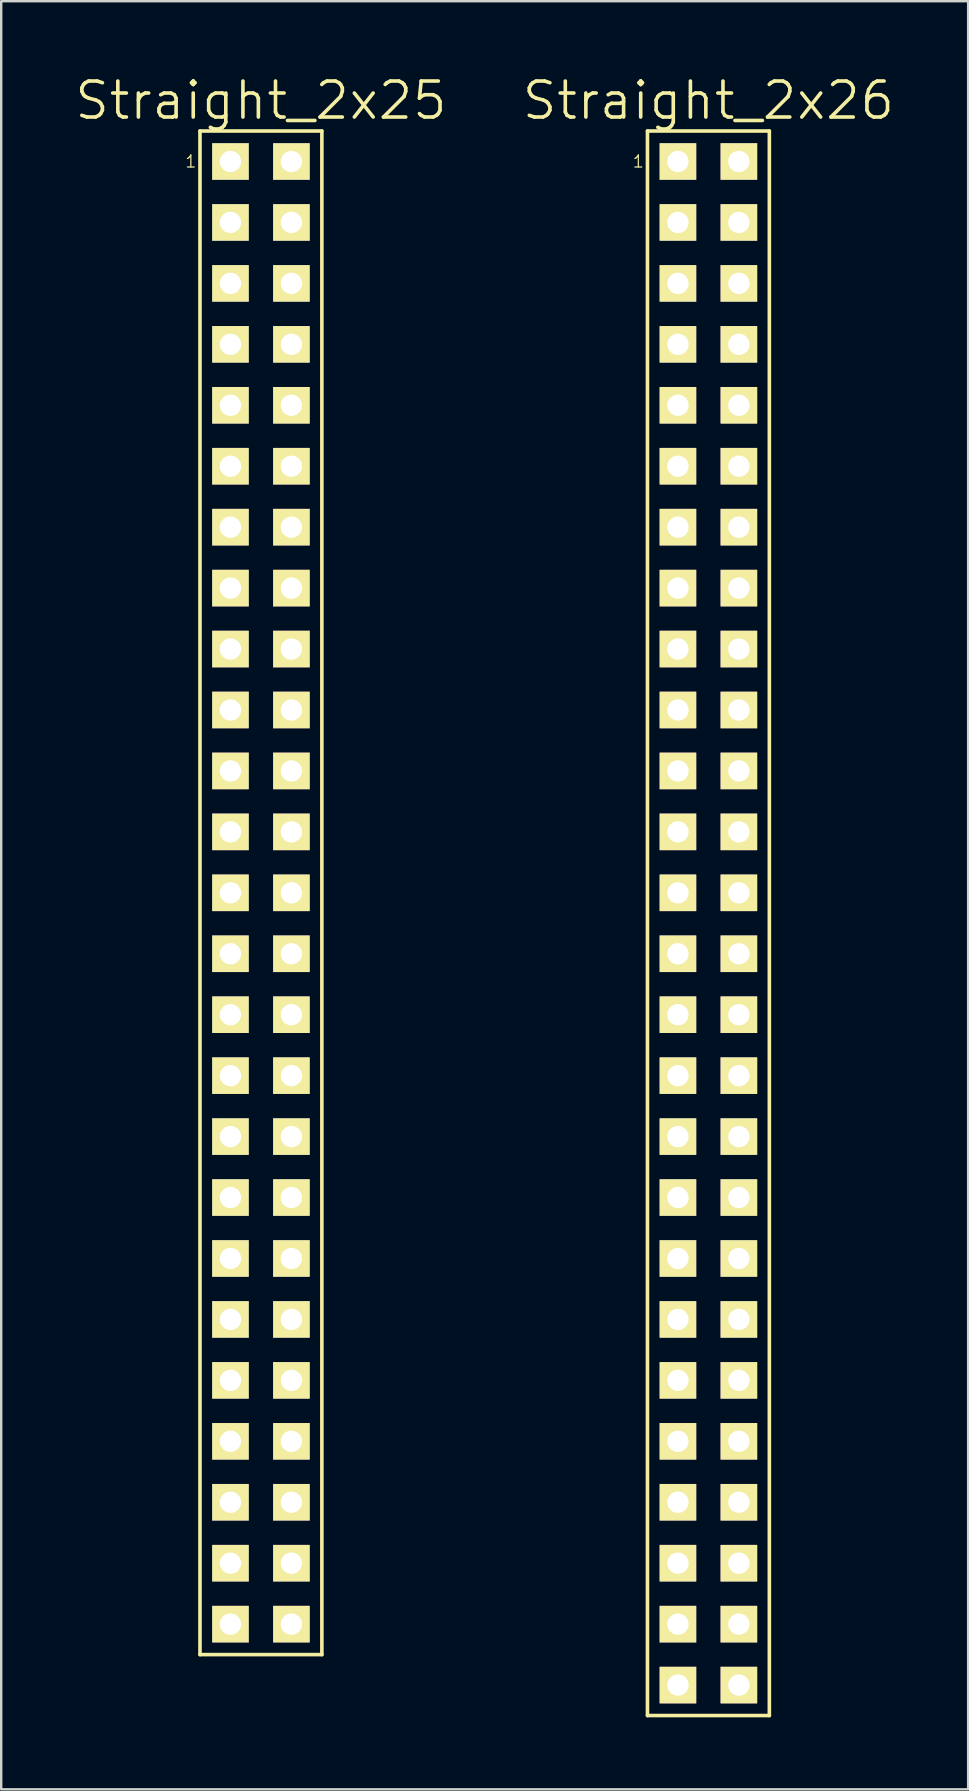
<source format=kicad_pcb>
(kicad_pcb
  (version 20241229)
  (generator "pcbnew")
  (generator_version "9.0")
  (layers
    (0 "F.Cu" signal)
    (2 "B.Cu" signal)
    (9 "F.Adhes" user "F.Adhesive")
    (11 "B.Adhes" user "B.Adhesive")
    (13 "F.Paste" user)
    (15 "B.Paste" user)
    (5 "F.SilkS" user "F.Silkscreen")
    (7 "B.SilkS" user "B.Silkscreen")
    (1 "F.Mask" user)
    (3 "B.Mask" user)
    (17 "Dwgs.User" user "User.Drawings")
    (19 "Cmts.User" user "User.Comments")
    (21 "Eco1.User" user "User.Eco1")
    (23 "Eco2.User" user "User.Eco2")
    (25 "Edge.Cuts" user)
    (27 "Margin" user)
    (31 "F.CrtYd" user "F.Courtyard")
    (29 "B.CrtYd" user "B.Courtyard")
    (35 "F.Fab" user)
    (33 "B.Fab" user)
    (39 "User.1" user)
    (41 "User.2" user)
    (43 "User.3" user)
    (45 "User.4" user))
  (footprint "Straight_2x25"
    (layer "F.Cu")
    (at 7.825 34.161)
    (property "Reference" "Straight_2x25" (at 0 -33.02 0) (layer "F.SilkS") (effects (font (size 1.5 1.5) (thickness 0.15))))
    (attr through_hole)
    (fp_line (start -2.54 -31.75) (end 2.54 -31.75) (stroke (width 0.15) (type solid)) (layer "F.SilkS"))
    (fp_line (start -2.54 31.75) (end -2.54 -31.75) (stroke (width 0.15) (type solid)) (layer "F.SilkS"))
    (fp_line (start 2.54 -31.75) (end 2.54 31.75) (stroke (width 0.15) (type solid)) (layer "F.SilkS"))
    (fp_line (start 2.54 31.75) (end -2.54 31.75) (stroke (width 0.15) (type solid)) (layer "F.SilkS"))
    (fp_text user "1" (at -2.921 -30.48 0) (layer "F.SilkS") (effects (font (size 0.5 0.5) (thickness 0.05))))
    (pad "1" thru_hole rect (at -1.27 -30.48) (size 1.524 1.524) (drill 0.889) (layers "*.Cu" "*.Mask" "F.SilkS"))
    (pad "2" thru_hole rect (at 1.27 -30.48) (size 1.524 1.524) (drill 0.889) (layers "*.Cu" "*.Mask" "F.SilkS"))
    (pad "3" thru_hole rect (at -1.27 -27.94) (size 1.524 1.524) (drill 0.889) (layers "*.Cu" "*.Mask" "F.SilkS"))
    (pad "4" thru_hole rect (at 1.27 -27.94) (size 1.524 1.524) (drill 0.889) (layers "*.Cu" "*.Mask" "F.SilkS"))
    (pad "5" thru_hole rect (at -1.27 -25.4) (size 1.524 1.524) (drill 0.889) (layers "*.Cu" "*.Mask" "F.SilkS"))
    (pad "6" thru_hole rect (at 1.27 -25.4) (size 1.524 1.524) (drill 0.889) (layers "*.Cu" "*.Mask" "F.SilkS"))
    (pad "7" thru_hole rect (at -1.27 -22.86) (size 1.524 1.524) (drill 0.889) (layers "*.Cu" "*.Mask" "F.SilkS"))
    (pad "8" thru_hole rect (at 1.27 -22.86) (size 1.524 1.524) (drill 0.889) (layers "*.Cu" "*.Mask" "F.SilkS"))
    (pad "9" thru_hole rect (at -1.27 -20.32) (size 1.524 1.524) (drill 0.889) (layers "*.Cu" "*.Mask" "F.SilkS"))
    (pad "10" thru_hole rect (at 1.27 -20.32) (size 1.524 1.524) (drill 0.889) (layers "*.Cu" "*.Mask" "F.SilkS"))
    (pad "11" thru_hole rect (at -1.27 -17.78) (size 1.524 1.524) (drill 0.889) (layers "*.Cu" "*.Mask" "F.SilkS"))
    (pad "12" thru_hole rect (at 1.27 -17.78) (size 1.524 1.524) (drill 0.889) (layers "*.Cu" "*.Mask" "F.SilkS"))
    (pad "13" thru_hole rect (at -1.27 -15.24) (size 1.524 1.524) (drill 0.889) (layers "*.Cu" "*.Mask" "F.SilkS"))
    (pad "14" thru_hole rect (at 1.27 -15.24) (size 1.524 1.524) (drill 0.889) (layers "*.Cu" "*.Mask" "F.SilkS"))
    (pad "15" thru_hole rect (at -1.27 -12.7) (size 1.524 1.524) (drill 0.889) (layers "*.Cu" "*.Mask" "F.SilkS"))
    (pad "16" thru_hole rect (at 1.27 -12.7) (size 1.524 1.524) (drill 0.889) (layers "*.Cu" "*.Mask" "F.SilkS"))
    (pad "17" thru_hole rect (at -1.27 -10.16) (size 1.524 1.524) (drill 0.889) (layers "*.Cu" "*.Mask" "F.SilkS"))
    (pad "18" thru_hole rect (at 1.27 -10.16) (size 1.524 1.524) (drill 0.889) (layers "*.Cu" "*.Mask" "F.SilkS"))
    (pad "19" thru_hole rect (at -1.27 -7.62) (size 1.524 1.524) (drill 0.889) (layers "*.Cu" "*.Mask" "F.SilkS"))
    (pad "20" thru_hole rect (at 1.27 -7.62) (size 1.524 1.524) (drill 0.889) (layers "*.Cu" "*.Mask" "F.SilkS"))
    (pad "21" thru_hole rect (at -1.27 -5.08) (size 1.524 1.524) (drill 0.889) (layers "*.Cu" "*.Mask" "F.SilkS"))
    (pad "22" thru_hole rect (at 1.27 -5.08) (size 1.524 1.524) (drill 0.889) (layers "*.Cu" "*.Mask" "F.SilkS"))
    (pad "23" thru_hole rect (at -1.27 -2.54) (size 1.524 1.524) (drill 0.889) (layers "*.Cu" "*.Mask" "F.SilkS"))
    (pad "24" thru_hole rect (at 1.27 -2.54) (size 1.524 1.524) (drill 0.889) (layers "*.Cu" "*.Mask" "F.SilkS"))
    (pad "25" thru_hole rect (at -1.27 0) (size 1.524 1.524) (drill 0.889) (layers "*.Cu" "*.Mask" "F.SilkS"))
    (pad "26" thru_hole rect (at 1.27 0) (size 1.524 1.524) (drill 0.889) (layers "*.Cu" "*.Mask" "F.SilkS"))
    (pad "27" thru_hole rect (at -1.27 2.54) (size 1.524 1.524) (drill 0.889) (layers "*.Cu" "*.Mask" "F.SilkS"))
    (pad "28" thru_hole rect (at 1.27 2.54) (size 1.524 1.524) (drill 0.889) (layers "*.Cu" "*.Mask" "F.SilkS"))
    (pad "29" thru_hole rect (at -1.27 5.08) (size 1.524 1.524) (drill 0.889) (layers "*.Cu" "*.Mask" "F.SilkS"))
    (pad "30" thru_hole rect (at 1.27 5.08) (size 1.524 1.524) (drill 0.889) (layers "*.Cu" "*.Mask" "F.SilkS"))
    (pad "31" thru_hole rect (at -1.27 7.62) (size 1.524 1.524) (drill 0.889) (layers "*.Cu" "*.Mask" "F.SilkS"))
    (pad "32" thru_hole rect (at 1.27 7.62) (size 1.524 1.524) (drill 0.889) (layers "*.Cu" "*.Mask" "F.SilkS"))
    (pad "33" thru_hole rect (at -1.27 10.16) (size 1.524 1.524) (drill 0.889) (layers "*.Cu" "*.Mask" "F.SilkS"))
    (pad "34" thru_hole rect (at 1.27 10.16) (size 1.524 1.524) (drill 0.889) (layers "*.Cu" "*.Mask" "F.SilkS"))
    (pad "35" thru_hole rect (at -1.27 12.7) (size 1.524 1.524) (drill 0.889) (layers "*.Cu" "*.Mask" "F.SilkS"))
    (pad "36" thru_hole rect (at 1.27 12.7) (size 1.524 1.524) (drill 0.889) (layers "*.Cu" "*.Mask" "F.SilkS"))
    (pad "37" thru_hole rect (at -1.27 15.24) (size 1.524 1.524) (drill 0.889) (layers "*.Cu" "*.Mask" "F.SilkS"))
    (pad "38" thru_hole rect (at 1.27 15.24) (size 1.524 1.524) (drill 0.889) (layers "*.Cu" "*.Mask" "F.SilkS"))
    (pad "39" thru_hole rect (at -1.27 17.78) (size 1.524 1.524) (drill 0.889) (layers "*.Cu" "*.Mask" "F.SilkS"))
    (pad "40" thru_hole rect (at 1.27 17.78) (size 1.524 1.524) (drill 0.889) (layers "*.Cu" "*.Mask" "F.SilkS"))
    (pad "41" thru_hole rect (at -1.27 20.32) (size 1.524 1.524) (drill 0.889) (layers "*.Cu" "*.Mask" "F.SilkS"))
    (pad "42" thru_hole rect (at 1.27 20.32) (size 1.524 1.524) (drill 0.889) (layers "*.Cu" "*.Mask" "F.SilkS"))
    (pad "43" thru_hole rect (at -1.27 22.86) (size 1.524 1.524) (drill 0.889) (layers "*.Cu" "*.Mask" "F.SilkS"))
    (pad "44" thru_hole rect (at 1.27 22.86) (size 1.524 1.524) (drill 0.889) (layers "*.Cu" "*.Mask" "F.SilkS"))
    (pad "45" thru_hole rect (at -1.27 25.4) (size 1.524 1.524) (drill 0.889) (layers "*.Cu" "*.Mask" "F.SilkS"))
    (pad "46" thru_hole rect (at 1.27 25.4) (size 1.524 1.524) (drill 0.889) (layers "*.Cu" "*.Mask" "F.SilkS"))
    (pad "47" thru_hole rect (at -1.27 27.94) (size 1.524 1.524) (drill 0.889) (layers "*.Cu" "*.Mask" "F.SilkS"))
    (pad "48" thru_hole rect (at 1.27 27.94) (size 1.524 1.524) (drill 0.889) (layers "*.Cu" "*.Mask" "F.SilkS"))
    (pad "49" thru_hole rect (at -1.27 30.48) (size 1.524 1.524) (drill 0.889) (layers "*.Cu" "*.Mask" "F.SilkS"))
    (pad "50" thru_hole rect (at 1.27 30.48) (size 1.524 1.524) (drill 0.889) (layers "*.Cu" "*.Mask" "F.SilkS")))
  (footprint "Straight_2x26"
    (layer "F.Cu")
    (at 26.475 35.431)
    (property "Reference" "Straight_2x26" (at 0 -34.29 0) (layer "F.SilkS") (effects (font (size 1.5 1.5) (thickness 0.15))))
    (attr through_hole)
    (fp_line (start -2.54 -33.02) (end 2.54 -33.02) (stroke (width 0.15) (type solid)) (layer "F.SilkS"))
    (fp_line (start -2.54 33.02) (end -2.54 -33.02) (stroke (width 0.15) (type solid)) (layer "F.SilkS"))
    (fp_line (start 2.54 -33.02) (end 2.54 33.02) (stroke (width 0.15) (type solid)) (layer "F.SilkS"))
    (fp_line (start 2.54 33.02) (end -2.54 33.02) (stroke (width 0.15) (type solid)) (layer "F.SilkS"))
    (fp_text user "1" (at -2.921 -31.75 0) (layer "F.SilkS") (effects (font (size 0.5 0.5) (thickness 0.05))))
    (pad "1" thru_hole rect (at -1.27 -31.75) (size 1.524 1.524) (drill 0.889) (layers "*.Cu" "*.Mask" "F.SilkS"))
    (pad "2" thru_hole rect (at 1.27 -31.75) (size 1.524 1.524) (drill 0.889) (layers "*.Cu" "*.Mask" "F.SilkS"))
    (pad "3" thru_hole rect (at -1.27 -29.21) (size 1.524 1.524) (drill 0.889) (layers "*.Cu" "*.Mask" "F.SilkS"))
    (pad "4" thru_hole rect (at 1.27 -29.21) (size 1.524 1.524) (drill 0.889) (layers "*.Cu" "*.Mask" "F.SilkS"))
    (pad "5" thru_hole rect (at -1.27 -26.67) (size 1.524 1.524) (drill 0.889) (layers "*.Cu" "*.Mask" "F.SilkS"))
    (pad "6" thru_hole rect (at 1.27 -26.67) (size 1.524 1.524) (drill 0.889) (layers "*.Cu" "*.Mask" "F.SilkS"))
    (pad "7" thru_hole rect (at -1.27 -24.13) (size 1.524 1.524) (drill 0.889) (layers "*.Cu" "*.Mask" "F.SilkS"))
    (pad "8" thru_hole rect (at 1.27 -24.13) (size 1.524 1.524) (drill 0.889) (layers "*.Cu" "*.Mask" "F.SilkS"))
    (pad "9" thru_hole rect (at -1.27 -21.59) (size 1.524 1.524) (drill 0.889) (layers "*.Cu" "*.Mask" "F.SilkS"))
    (pad "10" thru_hole rect (at 1.27 -21.59) (size 1.524 1.524) (drill 0.889) (layers "*.Cu" "*.Mask" "F.SilkS"))
    (pad "11" thru_hole rect (at -1.27 -19.05) (size 1.524 1.524) (drill 0.889) (layers "*.Cu" "*.Mask" "F.SilkS"))
    (pad "12" thru_hole rect (at 1.27 -19.05) (size 1.524 1.524) (drill 0.889) (layers "*.Cu" "*.Mask" "F.SilkS"))
    (pad "13" thru_hole rect (at -1.27 -16.51) (size 1.524 1.524) (drill 0.889) (layers "*.Cu" "*.Mask" "F.SilkS"))
    (pad "14" thru_hole rect (at 1.27 -16.51) (size 1.524 1.524) (drill 0.889) (layers "*.Cu" "*.Mask" "F.SilkS"))
    (pad "15" thru_hole rect (at -1.27 -13.97) (size 1.524 1.524) (drill 0.889) (layers "*.Cu" "*.Mask" "F.SilkS"))
    (pad "16" thru_hole rect (at 1.27 -13.97) (size 1.524 1.524) (drill 0.889) (layers "*.Cu" "*.Mask" "F.SilkS"))
    (pad "17" thru_hole rect (at -1.27 -11.43) (size 1.524 1.524) (drill 0.889) (layers "*.Cu" "*.Mask" "F.SilkS"))
    (pad "18" thru_hole rect (at 1.27 -11.43) (size 1.524 1.524) (drill 0.889) (layers "*.Cu" "*.Mask" "F.SilkS"))
    (pad "19" thru_hole rect (at -1.27 -8.89) (size 1.524 1.524) (drill 0.889) (layers "*.Cu" "*.Mask" "F.SilkS"))
    (pad "20" thru_hole rect (at 1.27 -8.89) (size 1.524 1.524) (drill 0.889) (layers "*.Cu" "*.Mask" "F.SilkS"))
    (pad "21" thru_hole rect (at -1.27 -6.35) (size 1.524 1.524) (drill 0.889) (layers "*.Cu" "*.Mask" "F.SilkS"))
    (pad "22" thru_hole rect (at 1.27 -6.35) (size 1.524 1.524) (drill 0.889) (layers "*.Cu" "*.Mask" "F.SilkS"))
    (pad "23" thru_hole rect (at -1.27 -3.81) (size 1.524 1.524) (drill 0.889) (layers "*.Cu" "*.Mask" "F.SilkS"))
    (pad "24" thru_hole rect (at 1.27 -3.81) (size 1.524 1.524) (drill 0.889) (layers "*.Cu" "*.Mask" "F.SilkS"))
    (pad "25" thru_hole rect (at -1.27 -1.27) (size 1.524 1.524) (drill 0.889) (layers "*.Cu" "*.Mask" "F.SilkS"))
    (pad "26" thru_hole rect (at 1.27 -1.27) (size 1.524 1.524) (drill 0.889) (layers "*.Cu" "*.Mask" "F.SilkS"))
    (pad "27" thru_hole rect (at -1.27 1.27) (size 1.524 1.524) (drill 0.889) (layers "*.Cu" "*.Mask" "F.SilkS"))
    (pad "28" thru_hole rect (at 1.27 1.27) (size 1.524 1.524) (drill 0.889) (layers "*.Cu" "*.Mask" "F.SilkS"))
    (pad "29" thru_hole rect (at -1.27 3.81) (size 1.524 1.524) (drill 0.889) (layers "*.Cu" "*.Mask" "F.SilkS"))
    (pad "30" thru_hole rect (at 1.27 3.81) (size 1.524 1.524) (drill 0.889) (layers "*.Cu" "*.Mask" "F.SilkS"))
    (pad "31" thru_hole rect (at -1.27 6.35) (size 1.524 1.524) (drill 0.889) (layers "*.Cu" "*.Mask" "F.SilkS"))
    (pad "32" thru_hole rect (at 1.27 6.35) (size 1.524 1.524) (drill 0.889) (layers "*.Cu" "*.Mask" "F.SilkS"))
    (pad "33" thru_hole rect (at -1.27 8.89) (size 1.524 1.524) (drill 0.889) (layers "*.Cu" "*.Mask" "F.SilkS"))
    (pad "34" thru_hole rect (at 1.27 8.89) (size 1.524 1.524) (drill 0.889) (layers "*.Cu" "*.Mask" "F.SilkS"))
    (pad "35" thru_hole rect (at -1.27 11.43) (size 1.524 1.524) (drill 0.889) (layers "*.Cu" "*.Mask" "F.SilkS"))
    (pad "36" thru_hole rect (at 1.27 11.43) (size 1.524 1.524) (drill 0.889) (layers "*.Cu" "*.Mask" "F.SilkS"))
    (pad "37" thru_hole rect (at -1.27 13.97) (size 1.524 1.524) (drill 0.889) (layers "*.Cu" "*.Mask" "F.SilkS"))
    (pad "38" thru_hole rect (at 1.27 13.97) (size 1.524 1.524) (drill 0.889) (layers "*.Cu" "*.Mask" "F.SilkS"))
    (pad "39" thru_hole rect (at -1.27 16.51) (size 1.524 1.524) (drill 0.889) (layers "*.Cu" "*.Mask" "F.SilkS"))
    (pad "40" thru_hole rect (at 1.27 16.51) (size 1.524 1.524) (drill 0.889) (layers "*.Cu" "*.Mask" "F.SilkS"))
    (pad "41" thru_hole rect (at -1.27 19.05) (size 1.524 1.524) (drill 0.889) (layers "*.Cu" "*.Mask" "F.SilkS"))
    (pad "42" thru_hole rect (at 1.27 19.05) (size 1.524 1.524) (drill 0.889) (layers "*.Cu" "*.Mask" "F.SilkS"))
    (pad "43" thru_hole rect (at -1.27 21.59) (size 1.524 1.524) (drill 0.889) (layers "*.Cu" "*.Mask" "F.SilkS"))
    (pad "44" thru_hole rect (at 1.27 21.59) (size 1.524 1.524) (drill 0.889) (layers "*.Cu" "*.Mask" "F.SilkS"))
    (pad "45" thru_hole rect (at -1.27 24.13) (size 1.524 1.524) (drill 0.889) (layers "*.Cu" "*.Mask" "F.SilkS"))
    (pad "46" thru_hole rect (at 1.27 24.13) (size 1.524 1.524) (drill 0.889) (layers "*.Cu" "*.Mask" "F.SilkS"))
    (pad "47" thru_hole rect (at -1.27 26.67) (size 1.524 1.524) (drill 0.889) (layers "*.Cu" "*.Mask" "F.SilkS"))
    (pad "48" thru_hole rect (at 1.27 26.67) (size 1.524 1.524) (drill 0.889) (layers "*.Cu" "*.Mask" "F.SilkS"))
    (pad "49" thru_hole rect (at -1.27 29.21) (size 1.524 1.524) (drill 0.889) (layers "*.Cu" "*.Mask" "F.SilkS"))
    (pad "50" thru_hole rect (at 1.27 29.21) (size 1.524 1.524) (drill 0.889) (layers "*.Cu" "*.Mask" "F.SilkS"))
    (pad "51" thru_hole rect (at -1.27 31.75) (size 1.524 1.524) (drill 0.889) (layers "*.Cu" "*.Mask" "F.SilkS"))
    (pad "52" thru_hole rect (at 1.27 31.75) (size 1.524 1.524) (drill 0.889) (layers "*.Cu" "*.Mask" "F.SilkS")))
  (gr_rect
    (start -3 -3)
    (end 37.3 71.526)
    (stroke (width 0.1) (type default))
    (fill no)
    (layer "Edge.Cuts")))
</source>
